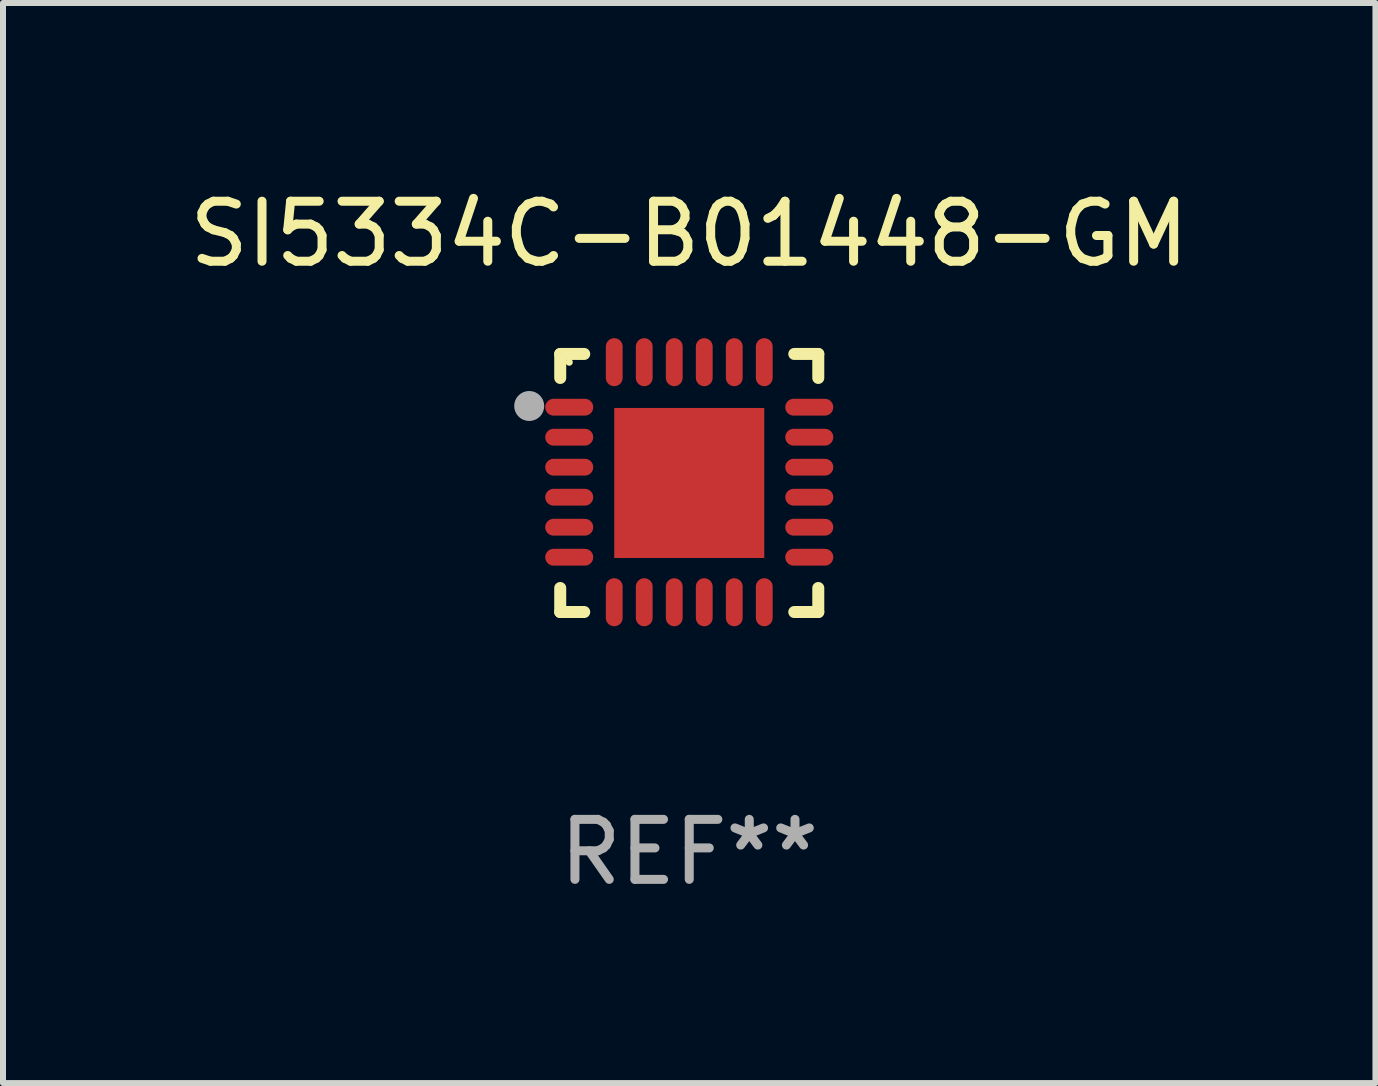
<source format=kicad_pcb>
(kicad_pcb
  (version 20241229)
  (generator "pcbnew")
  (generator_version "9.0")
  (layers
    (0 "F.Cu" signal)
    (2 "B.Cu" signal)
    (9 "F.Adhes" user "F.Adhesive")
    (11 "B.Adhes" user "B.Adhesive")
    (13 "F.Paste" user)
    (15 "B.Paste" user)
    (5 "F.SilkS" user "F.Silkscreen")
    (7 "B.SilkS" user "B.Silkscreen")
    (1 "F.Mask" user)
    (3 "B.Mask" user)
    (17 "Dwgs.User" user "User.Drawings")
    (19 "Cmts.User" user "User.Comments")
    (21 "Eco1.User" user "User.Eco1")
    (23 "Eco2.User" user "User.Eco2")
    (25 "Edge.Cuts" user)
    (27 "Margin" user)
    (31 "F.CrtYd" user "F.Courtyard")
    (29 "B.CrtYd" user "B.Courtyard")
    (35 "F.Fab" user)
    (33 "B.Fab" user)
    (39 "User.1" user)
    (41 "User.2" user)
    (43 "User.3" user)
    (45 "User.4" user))
  (footprint "SI5334C-B01448-GM"
    (layer "F.Cu")
    (at 8.435 4.998)
    (property "Reference" "SI5334C-B01448-GM" (at 0 -4.15 0) (layer "F.SilkS") (effects (font (size 1 1) (thickness 0.15))))
    (attr through_hole)
    (fp_line (start -2.15 -2.15) (end -1.75 -2.15) (stroke (width 0.2) (type solid)) (layer "F.SilkS"))
    (fp_line (start -2.15 -1.75) (end -2.15 -2.15) (stroke (width 0.2) (type solid)) (layer "F.SilkS"))
    (fp_line (start -2.15 2.15) (end -2.15 1.75) (stroke (width 0.2) (type solid)) (layer "F.SilkS"))
    (fp_line (start -1.75 2.15) (end -2.15 2.15) (stroke (width 0.2) (type solid)) (layer "F.SilkS"))
    (fp_line (start 1.75 -2.15) (end 2.15 -2.15) (stroke (width 0.2) (type solid)) (layer "F.SilkS"))
    (fp_line (start 1.75 2.15) (end 2.15 2.15) (stroke (width 0.2) (type solid)) (layer "F.SilkS"))
    (fp_line (start 2.15 -2.15) (end 2.15 -1.75) (stroke (width 0.2) (type solid)) (layer "F.SilkS"))
    (fp_line (start 2.15 2.15) (end 2.15 1.75) (stroke (width 0.2) (type solid)) (layer "F.SilkS"))
    (fp_circle (center -2 -2.013) (end -1.97 -2.013) (stroke (width 0.06) (type solid)) (fill no) (layer "F.SilkS"))
    (fp_circle (center -2.667 -1.283) (end -2.542 -1.283) (stroke (width 0.25) (type solid)) (fill no) (layer "F.Fab"))
    (fp_text user "REF**" (at 0 6.15 0) (layer "F.Fab") (effects (font (size 1 1) (thickness 0.15))))
    (pad "1" smd oval (at -2 -1.263) (size 0.8 0.28) (layers "F.Cu" "F.Mask" "F.Paste"))
    (pad "2" smd oval (at -2 -0.763) (size 0.8 0.28) (layers "F.Cu" "F.Mask" "F.Paste"))
    (pad "3" smd oval (at -2 -0.263) (size 0.8 0.28) (layers "F.Cu" "F.Mask" "F.Paste"))
    (pad "4" smd oval (at -2 0.237) (size 0.8 0.28) (layers "F.Cu" "F.Mask" "F.Paste"))
    (pad "5" smd oval (at -2 0.737) (size 0.8 0.28) (layers "F.Cu" "F.Mask" "F.Paste"))
    (pad "6" smd oval (at -2 1.237) (size 0.8 0.28) (layers "F.Cu" "F.Mask" "F.Paste"))
    (pad "7" smd oval (at -1.25 1.987) (size 0.28 0.8) (layers "F.Cu" "F.Mask" "F.Paste"))
    (pad "8" smd oval (at -0.75 1.987) (size 0.28 0.8) (layers "F.Cu" "F.Mask" "F.Paste"))
    (pad "9" smd oval (at -0.25 1.987) (size 0.28 0.8) (layers "F.Cu" "F.Mask" "F.Paste"))
    (pad "10" smd oval (at 0.25 1.987) (size 0.28 0.8) (layers "F.Cu" "F.Mask" "F.Paste"))
    (pad "11" smd oval (at 0.75 1.987) (size 0.28 0.8) (layers "F.Cu" "F.Mask" "F.Paste"))
    (pad "12" smd oval (at 1.25 1.987) (size 0.28 0.8) (layers "F.Cu" "F.Mask" "F.Paste"))
    (pad "13" smd oval (at 2 1.237) (size 0.8 0.28) (layers "F.Cu" "F.Mask" "F.Paste"))
    (pad "14" smd oval (at 2 0.737) (size 0.8 0.28) (layers "F.Cu" "F.Mask" "F.Paste"))
    (pad "15" smd oval (at 2 0.237) (size 0.8 0.28) (layers "F.Cu" "F.Mask" "F.Paste"))
    (pad "16" smd oval (at 2 -0.263) (size 0.8 0.28) (layers "F.Cu" "F.Mask" "F.Paste"))
    (pad "17" smd oval (at 2 -0.763) (size 0.8 0.28) (layers "F.Cu" "F.Mask" "F.Paste"))
    (pad "18" smd oval (at 2 -1.263) (size 0.8 0.28) (layers "F.Cu" "F.Mask" "F.Paste"))
    (pad "19" smd oval (at 1.25 -2.013) (size 0.28 0.8) (layers "F.Cu" "F.Mask" "F.Paste"))
    (pad "20" smd oval (at 0.75 -2.013) (size 0.28 0.8) (layers "F.Cu" "F.Mask" "F.Paste"))
    (pad "21" smd oval (at 0.25 -2.013) (size 0.28 0.8) (layers "F.Cu" "F.Mask" "F.Paste"))
    (pad "22" smd oval (at -0.25 -2.013) (size 0.28 0.8) (layers "F.Cu" "F.Mask" "F.Paste"))
    (pad "23" smd oval (at -0.75 -2.013) (size 0.28 0.8) (layers "F.Cu" "F.Mask" "F.Paste"))
    (pad "24" smd oval (at -1.25 -2.013) (size 0.28 0.8) (layers "F.Cu" "F.Mask" "F.Paste"))
    (pad "25" smd rect (at -0.000127 -0.00014) (size 2.5 2.5) (layers "F.Cu" "F.Mask" "F.Paste")))
  (gr_rect
    (start -3 -3)
    (end 19.869 14.997)
    (stroke (width 0.1) (type default))
    (fill no)
    (layer "Edge.Cuts")))
</source>
